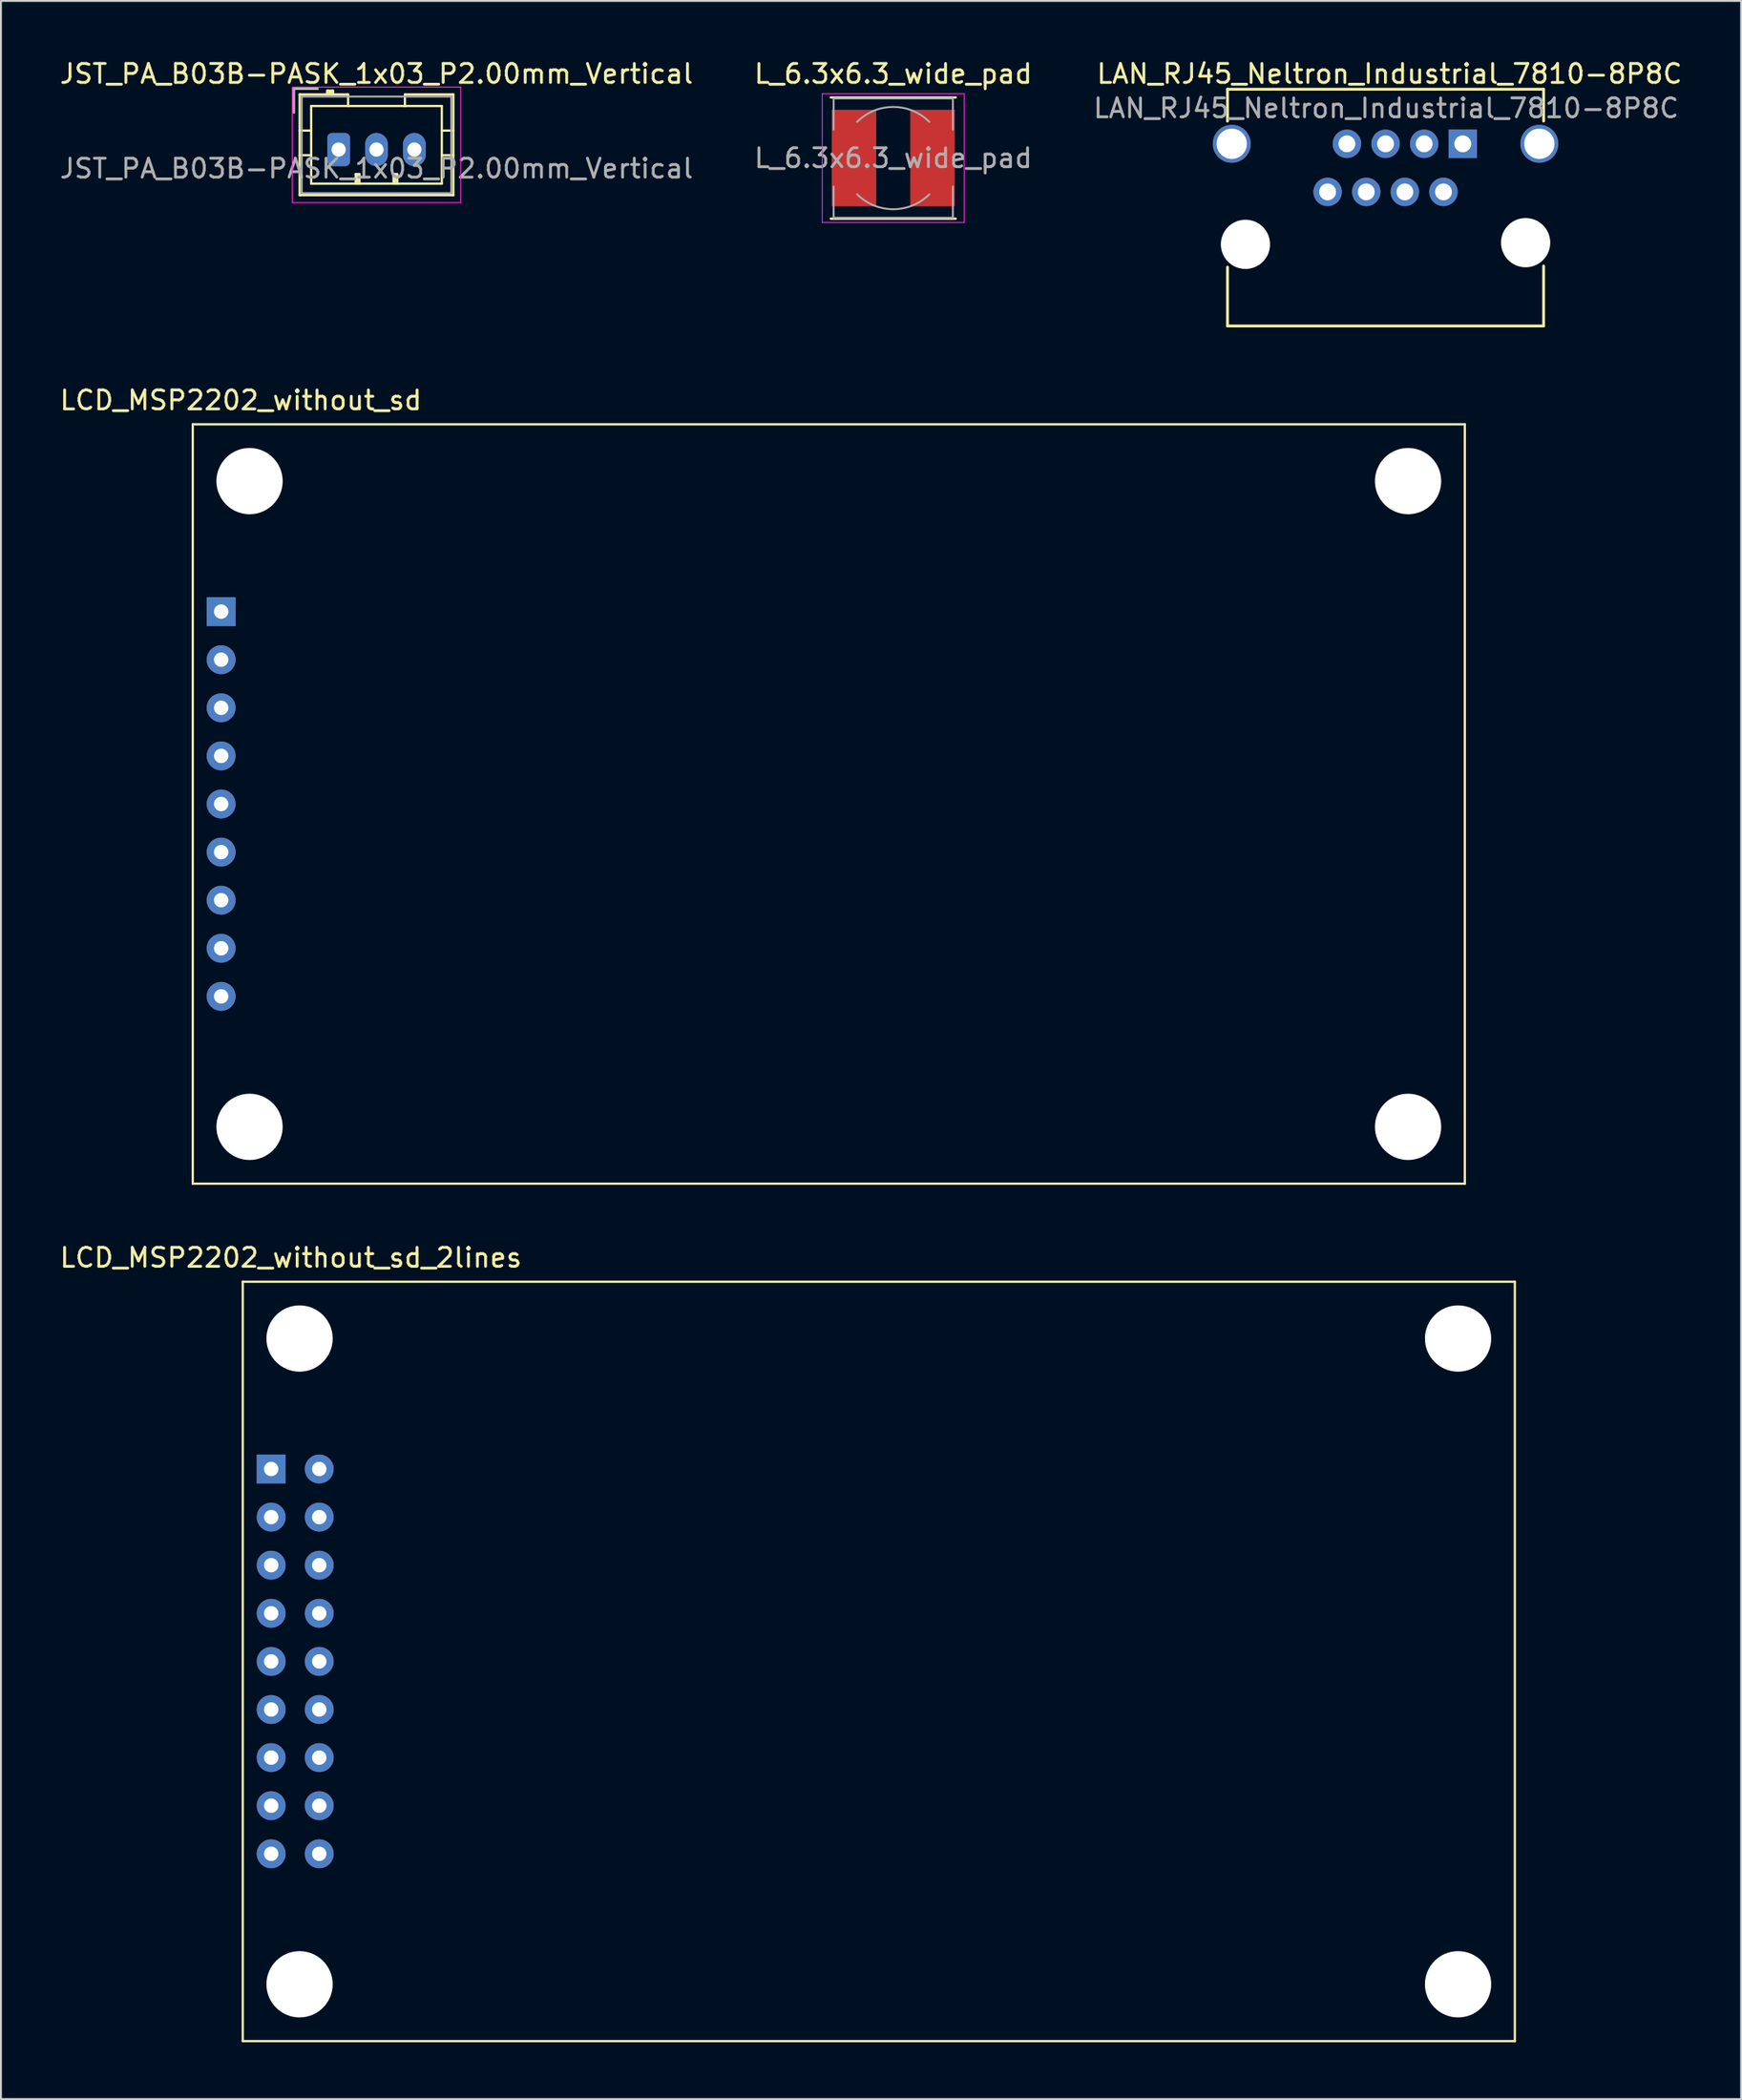
<source format=kicad_pcb>
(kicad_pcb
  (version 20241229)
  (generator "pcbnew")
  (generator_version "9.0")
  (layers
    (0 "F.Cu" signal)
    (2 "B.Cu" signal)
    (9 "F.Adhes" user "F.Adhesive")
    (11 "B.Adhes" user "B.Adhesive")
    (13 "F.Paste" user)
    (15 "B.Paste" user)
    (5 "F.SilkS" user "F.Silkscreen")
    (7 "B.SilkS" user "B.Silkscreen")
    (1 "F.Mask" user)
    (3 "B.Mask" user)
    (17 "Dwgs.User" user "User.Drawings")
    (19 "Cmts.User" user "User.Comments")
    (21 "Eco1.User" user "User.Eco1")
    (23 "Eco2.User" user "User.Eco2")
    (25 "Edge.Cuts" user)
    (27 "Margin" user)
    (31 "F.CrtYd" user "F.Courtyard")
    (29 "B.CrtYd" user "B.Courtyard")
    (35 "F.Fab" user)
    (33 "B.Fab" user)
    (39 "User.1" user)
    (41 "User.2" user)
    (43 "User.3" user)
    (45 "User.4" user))
  (footprint "L_6.3x6.3_wide_pad"
    (layer "F.Cu")
    (at 44.137 5.298)
    (property "Reference" "L_6.3x6.3_wide_pad" (at 0 -4.45 0) (layer "F.SilkS") (effects (font (size 1 1) (thickness 0.15))))
    (attr smd)
    (fp_line (start -3.3 -3.2) (end 3.3 -3.2) (stroke (width 0.12) (type solid)) (layer "F.SilkS"))
    (fp_line (start 3.3 3.2) (end -3.3 3.2) (stroke (width 0.12) (type solid)) (layer "F.SilkS"))
    (fp_line (start -3.75 -3.4) (end -3.75 3.4) (stroke (width 0.05) (type solid)) (layer "F.CrtYd"))
    (fp_line (start -3.75 3.4) (end 3.75 3.4) (stroke (width 0.05) (type solid)) (layer "F.CrtYd"))
    (fp_line (start 3.75 -3.4) (end -3.75 -3.4) (stroke (width 0.05) (type solid)) (layer "F.CrtYd"))
    (fp_line (start 3.75 3.4) (end 3.75 -3.4) (stroke (width 0.05) (type solid)) (layer "F.CrtYd"))
    (fp_line (start -3.15 -3.15) (end -3.15 -1.5) (stroke (width 0.1) (type solid)) (layer "F.Fab"))
    (fp_line (start -3.15 -3.15) (end 3.15 -3.15) (stroke (width 0.1) (type solid)) (layer "F.Fab"))
    (fp_line (start -3.15 3.15) (end -3.15 1.5) (stroke (width 0.1) (type solid)) (layer "F.Fab"))
    (fp_line (start -3.15 3.15) (end 3.15 3.15) (stroke (width 0.1) (type solid)) (layer "F.Fab"))
    (fp_line (start 3.15 -3.15) (end 3.15 -1.5) (stroke (width 0.1) (type solid)) (layer "F.Fab"))
    (fp_line (start 3.15 3.15) (end 3.15 1.5) (stroke (width 0.1) (type solid)) (layer "F.Fab"))
    (fp_arc (start -1.91 -1.91) (mid 0 -2.701148) (end 1.91 -1.91) (stroke (width 0.1) (type solid)) (layer "F.Fab"))
    (fp_arc (start 1.91 1.91) (mid 0 2.701148) (end -1.91 1.91) (stroke (width 0.1) (type solid)) (layer "F.Fab"))
    (fp_text user "${REFERENCE}" (at 0 0 0) (layer "F.Fab") (effects (font (size 1 1) (thickness 0.15))))
    (pad "1" smd rect (at -2.075 0) (size 2.35 5.1) (layers "F.Cu" "F.Mask" "F.Paste"))
    (pad "2" smd rect (at 2.075 0) (size 2.35 5.1) (layers "F.Cu" "F.Mask" "F.Paste")))
  (footprint "LCD_MSP2202_without_sd_2lines"
    (layer "F.Cu")
    (at 9.775 64.635)
    (property "Reference" "LCD_MSP2202_without_sd_2lines" (at 2.54 -1.27 0) (layer "F.SilkS") (effects (font (size 1 1) (thickness 0.15))))
    (attr through_hole)
    (fp_line (start 0 0) (end 0 40.1) (stroke (width 0.12) (type solid)) (layer "F.SilkS"))
    (fp_line (start 0 0) (end 67.2 0) (stroke (width 0.12) (type solid)) (layer "F.SilkS"))
    (fp_line (start 0 40.1) (end 67.2 40.1) (stroke (width 0.12) (type solid)) (layer "F.SilkS"))
    (fp_line (start 67.2 0) (end 67.2 40.1) (stroke (width 0.12) (type solid)) (layer "F.SilkS"))
    (pad "" np_thru_hole circle (at 3 3) (size 3.5 3.5) (drill 3.5) (layers "*.Cu" "*.Mask"))
    (pad "" np_thru_hole circle (at 3 37.1) (size 3.5 3.5) (drill 3.5) (layers "*.Cu" "*.Mask"))
    (pad "" np_thru_hole circle (at 64.2 3) (size 3.5 3.5) (drill 3.5) (layers "*.Cu" "*.Mask"))
    (pad "" np_thru_hole circle (at 64.2 37.1) (size 3.5 3.5) (drill 3.5) (layers "*.Cu" "*.Mask"))
    (pad "1" thru_hole rect (at 1.5 9.89) (size 1.524 1.524) (drill 0.762) (layers "*.Cu" "*.Mask"))
    (pad "2" thru_hole circle (at 1.5 12.43) (size 1.524 1.524) (drill 0.762) (layers "*.Cu" "*.Mask"))
    (pad "3" thru_hole circle (at 1.5 14.97) (size 1.524 1.524) (drill 0.762) (layers "*.Cu" "*.Mask"))
    (pad "4" thru_hole circle (at 1.5 17.51) (size 1.524 1.524) (drill 0.762) (layers "*.Cu" "*.Mask"))
    (pad "5" thru_hole circle (at 1.5 20.05) (size 1.524 1.524) (drill 0.762) (layers "*.Cu" "*.Mask"))
    (pad "6" thru_hole circle (at 1.5 22.59) (size 1.524 1.524) (drill 0.762) (layers "*.Cu" "*.Mask"))
    (pad "7" thru_hole circle (at 1.5 25.13) (size 1.524 1.524) (drill 0.762) (layers "*.Cu" "*.Mask"))
    (pad "8" thru_hole circle (at 1.5 27.67) (size 1.524 1.524) (drill 0.762) (layers "*.Cu" "*.Mask"))
    (pad "9" thru_hole circle (at 1.5 30.21) (size 1.524 1.524) (drill 0.762) (layers "*.Cu" "*.Mask"))
    (pad "NC" thru_hole circle (at 4.04 9.89) (size 1.524 1.524) (drill 0.762) (layers "*.Cu" "*.Mask"))
    (pad "NC" thru_hole circle (at 4.04 12.43) (size 1.524 1.524) (drill 0.762) (layers "*.Cu" "*.Mask"))
    (pad "NC" thru_hole circle (at 4.04 14.97) (size 1.524 1.524) (drill 0.762) (layers "*.Cu" "*.Mask"))
    (pad "NC" thru_hole circle (at 4.04 17.51) (size 1.524 1.524) (drill 0.762) (layers "*.Cu" "*.Mask"))
    (pad "NC" thru_hole circle (at 4.04 20.05) (size 1.524 1.524) (drill 0.762) (layers "*.Cu" "*.Mask"))
    (pad "NC" thru_hole circle (at 4.04 22.59) (size 1.524 1.524) (drill 0.762) (layers "*.Cu" "*.Mask"))
    (pad "NC" thru_hole circle (at 4.04 25.13) (size 1.524 1.524) (drill 0.762) (layers "*.Cu" "*.Mask"))
    (pad "NC" thru_hole circle (at 4.04 27.67) (size 1.524 1.524) (drill 0.762) (layers "*.Cu" "*.Mask"))
    (pad "NC" thru_hole circle (at 4.04 30.21) (size 1.524 1.524) (drill 0.762) (layers "*.Cu" "*.Mask")))
  (footprint "LAN_RJ45_Neltron_Industrial_7810-8P8C"
    (layer "F.Cu")
    (at 74.224 4.544)
    (property "Reference" "LAN_RJ45_Neltron_Industrial_7810-8P8C" (at -3.873 -3.696 0) (layer "F.SilkS") (effects (font (size 1 1) (thickness 0.15))))
    (attr through_hole)
    (fp_line (start -12.43 -2.88) (end 4.27 -2.88) (stroke (width 0.15) (type solid)) (layer "F.SilkS"))
    (fp_line (start -12.43 -1.2) (end -12.43 -2.88) (stroke (width 0.15) (type solid)) (layer "F.SilkS"))
    (fp_line (start -12.43 6.515) (end -12.43 9.62) (stroke (width 0.15) (type solid)) (layer "F.SilkS"))
    (fp_line (start -12.43 9.62) (end 4.27 9.62) (stroke (width 0.15) (type solid)) (layer "F.SilkS"))
    (fp_line (start 4.27 -2.88) (end 4.27 -1.2) (stroke (width 0.15) (type solid)) (layer "F.SilkS"))
    (fp_line (start 4.27 9.62) (end 4.27 6.452) (stroke (width 0.15) (type solid)) (layer "F.SilkS"))
    (fp_text user "${REFERENCE}" (at -4.051 -1.88 0) (layer "F.Fab") (effects (font (size 1 1) (thickness 0.15))))
    (pad "" thru_hole circle (at -12.205 0) (size 2 2) (drill 1.6) (layers "*.Cu" "*.Mask"))
    (pad "" np_thru_hole circle (at -11.48 5.309) (size 2.6 2.6) (drill 2.6) (layers "*.Cu" "*.Mask"))
    (pad "" np_thru_hole circle (at 3.32 5.22) (size 2.6 2.6) (drill 2.6) (layers "*.Cu" "*.Mask"))
    (pad "" thru_hole circle (at 4.045 0) (size 2 2) (drill 1.6) (layers "*.Cu" "*.Mask"))
    (pad "1" thru_hole rect (at 0 0) (size 1.5 1.5) (drill 0.89) (layers "*.Cu" "*.Mask"))
    (pad "2" thru_hole circle (at -1.02 2.54) (size 1.5 1.5) (drill 0.89) (layers "*.Cu" "*.Mask"))
    (pad "3" thru_hole circle (at -2.04 0) (size 1.5 1.5) (drill 0.89) (layers "*.Cu" "*.Mask"))
    (pad "4" thru_hole circle (at -3.06 2.54) (size 1.5 1.5) (drill 0.89) (layers "*.Cu" "*.Mask"))
    (pad "5" thru_hole circle (at -4.08 0) (size 1.5 1.5) (drill 0.89) (layers "*.Cu" "*.Mask"))
    (pad "6" thru_hole circle (at -5.1 2.54) (size 1.5 1.5) (drill 0.89) (layers "*.Cu" "*.Mask"))
    (pad "7" thru_hole circle (at -6.12 0) (size 1.5 1.5) (drill 0.89) (layers "*.Cu" "*.Mask"))
    (pad "8" thru_hole circle (at -7.14 2.54) (size 1.5 1.5) (drill 0.89) (layers "*.Cu" "*.Mask")))
  (footprint "JST_PA_B03B-PASK_1x03_P2.00mm_Vertical"
    (layer "F.Cu")
    (at 14.839 4.848)
    (property "Reference" "JST_PA_B03B-PASK_1x03_P2.00mm_Vertical" (at 2 -4 0) (layer "F.SilkS") (effects (font (size 1 1) (thickness 0.15))))
    (attr through_hole)
    (fp_line (start -2.36 -3.21) (end -2.36 -1.96) (stroke (width 0.12) (type solid)) (layer "F.SilkS"))
    (fp_line (start -2.06 -2.91) (end -2.06 2.41) (stroke (width 0.12) (type solid)) (layer "F.SilkS"))
    (fp_line (start -2.06 -1) (end -1.45 -1) (stroke (width 0.12) (type solid)) (layer "F.SilkS"))
    (fp_line (start -2.06 0.3) (end -1.45 0.3) (stroke (width 0.12) (type solid)) (layer "F.SilkS"))
    (fp_line (start -2.06 2.41) (end 6.06 2.41) (stroke (width 0.12) (type solid)) (layer "F.SilkS"))
    (fp_line (start -1.45 -2.3) (end -1.45 1.8) (stroke (width 0.12) (type solid)) (layer "F.SilkS"))
    (fp_line (start -1.45 1.8) (end 5.45 1.8) (stroke (width 0.12) (type solid)) (layer "F.SilkS"))
    (fp_line (start -1.11 -3.21) (end -2.36 -3.21) (stroke (width 0.12) (type solid)) (layer "F.SilkS"))
    (fp_line (start -0.6 -3.11) (end -0.6 -2.91) (stroke (width 0.12) (type solid)) (layer "F.SilkS"))
    (fp_line (start -0.3 -3.11) (end -0.6 -3.11) (stroke (width 0.12) (type solid)) (layer "F.SilkS"))
    (fp_line (start -0.3 -3.01) (end -0.6 -3.01) (stroke (width 0.12) (type solid)) (layer "F.SilkS"))
    (fp_line (start -0.3 -2.91) (end -0.3 -3.11) (stroke (width 0.12) (type solid)) (layer "F.SilkS"))
    (fp_line (start 0.5 -2.91) (end -2.06 -2.91) (stroke (width 0.12) (type solid)) (layer "F.SilkS"))
    (fp_line (start 0.5 -2.91) (end 0.5 -2.3) (stroke (width 0.12) (type solid)) (layer "F.SilkS"))
    (fp_line (start 0.5 -2.3) (end -1.45 -2.3) (stroke (width 0.12) (type solid)) (layer "F.SilkS"))
    (fp_line (start 0.9 1.3) (end 1.1 1.3) (stroke (width 0.12) (type solid)) (layer "F.SilkS"))
    (fp_line (start 0.9 1.8) (end 0.9 1.3) (stroke (width 0.12) (type solid)) (layer "F.SilkS"))
    (fp_line (start 1 1.8) (end 1 1.3) (stroke (width 0.12) (type solid)) (layer "F.SilkS"))
    (fp_line (start 1.1 1.3) (end 1.1 1.8) (stroke (width 0.12) (type solid)) (layer "F.SilkS"))
    (fp_line (start 2.9 1.3) (end 3.1 1.3) (stroke (width 0.12) (type solid)) (layer "F.SilkS"))
    (fp_line (start 2.9 1.8) (end 2.9 1.3) (stroke (width 0.12) (type solid)) (layer "F.SilkS"))
    (fp_line (start 3 1.8) (end 3 1.3) (stroke (width 0.12) (type solid)) (layer "F.SilkS"))
    (fp_line (start 3.1 1.3) (end 3.1 1.8) (stroke (width 0.12) (type solid)) (layer "F.SilkS"))
    (fp_line (start 3.5 -2.3) (end 0.5 -2.3) (stroke (width 0.12) (type solid)) (layer "F.SilkS"))
    (fp_line (start 3.5 -2.3) (end 3.5 -2.91) (stroke (width 0.12) (type solid)) (layer "F.SilkS"))
    (fp_line (start 5.45 -2.3) (end 3.5 -2.3) (stroke (width 0.12) (type solid)) (layer "F.SilkS"))
    (fp_line (start 5.45 1.8) (end 5.45 -2.3) (stroke (width 0.12) (type solid)) (layer "F.SilkS"))
    (fp_line (start 6.06 -2.91) (end 3.5 -2.91) (stroke (width 0.12) (type solid)) (layer "F.SilkS"))
    (fp_line (start 6.06 -1) (end 5.45 -1) (stroke (width 0.12) (type solid)) (layer "F.SilkS"))
    (fp_line (start 6.06 0.3) (end 5.45 0.3) (stroke (width 0.12) (type solid)) (layer "F.SilkS"))
    (fp_line (start 6.06 2.41) (end 6.06 -2.91) (stroke (width 0.12) (type solid)) (layer "F.SilkS"))
    (fp_line (start -2.45 -3.3) (end -2.45 2.8) (stroke (width 0.05) (type solid)) (layer "F.CrtYd"))
    (fp_line (start -2.45 2.8) (end 6.45 2.8) (stroke (width 0.05) (type solid)) (layer "F.CrtYd"))
    (fp_line (start 6.45 -3.3) (end -2.45 -3.3) (stroke (width 0.05) (type solid)) (layer "F.CrtYd"))
    (fp_line (start 6.45 2.8) (end 6.45 -3.3) (stroke (width 0.05) (type solid)) (layer "F.CrtYd"))
    (fp_line (start -2.36 -3.21) (end -2.36 -1.96) (stroke (width 0.1) (type solid)) (layer "F.Fab"))
    (fp_line (start -1.95 -2.8) (end -1.95 2.3) (stroke (width 0.1) (type solid)) (layer "F.Fab"))
    (fp_line (start -1.95 2.3) (end 5.95 2.3) (stroke (width 0.1) (type solid)) (layer "F.Fab"))
    (fp_line (start -1.11 -3.21) (end -2.36 -3.21) (stroke (width 0.1) (type solid)) (layer "F.Fab"))
    (fp_line (start 5.95 -2.8) (end -1.95 -2.8) (stroke (width 0.1) (type solid)) (layer "F.Fab"))
    (fp_line (start 5.95 2.3) (end 5.95 -2.8) (stroke (width 0.1) (type solid)) (layer "F.Fab"))
    (fp_text user "${REFERENCE}" (at 2 1 0) (layer "F.Fab") (effects (font (size 1 1) (thickness 0.15))))
    (pad "1" thru_hole roundrect (at 0 0) (size 1.2 1.75) (drill 0.75) (layers "*.Cu" "*.Mask") (roundrect_rratio 0.208))
    (pad "2" thru_hole oval (at 2 0) (size 1.2 1.75) (drill 0.75) (layers "*.Cu" "*.Mask"))
    (pad "3" thru_hole oval (at 4 0) (size 1.2 1.75) (drill 0.75) (layers "*.Cu" "*.Mask")))
  (footprint "LCD_MSP2202_without_sd"
    (layer "F.Cu")
    (at 7.133 19.357)
    (property "Reference" "LCD_MSP2202_without_sd" (at 2.54 -1.27 0) (layer "F.SilkS") (effects (font (size 1 1) (thickness 0.15))))
    (attr through_hole)
    (fp_line (start 0 0) (end 0 40.1) (stroke (width 0.12) (type solid)) (layer "F.SilkS"))
    (fp_line (start 0 0) (end 67.2 0) (stroke (width 0.12) (type solid)) (layer "F.SilkS"))
    (fp_line (start 0 40.1) (end 67.2 40.1) (stroke (width 0.12) (type solid)) (layer "F.SilkS"))
    (fp_line (start 67.2 0) (end 67.2 40.1) (stroke (width 0.12) (type solid)) (layer "F.SilkS"))
    (pad "" np_thru_hole circle (at 3 3) (size 3.5 3.5) (drill 3.5) (layers "*.Cu" "*.Mask"))
    (pad "" np_thru_hole circle (at 3 37.1) (size 3.5 3.5) (drill 3.5) (layers "*.Cu" "*.Mask"))
    (pad "" np_thru_hole circle (at 64.2 3) (size 3.5 3.5) (drill 3.5) (layers "*.Cu" "*.Mask"))
    (pad "" np_thru_hole circle (at 64.2 37.1) (size 3.5 3.5) (drill 3.5) (layers "*.Cu" "*.Mask"))
    (pad "1" thru_hole rect (at 1.5 9.89) (size 1.524 1.524) (drill 0.762) (layers "*.Cu" "*.Mask"))
    (pad "2" thru_hole circle (at 1.5 12.43) (size 1.524 1.524) (drill 0.762) (layers "*.Cu" "*.Mask"))
    (pad "3" thru_hole circle (at 1.5 14.97) (size 1.524 1.524) (drill 0.762) (layers "*.Cu" "*.Mask"))
    (pad "4" thru_hole circle (at 1.5 17.51) (size 1.524 1.524) (drill 0.762) (layers "*.Cu" "*.Mask"))
    (pad "5" thru_hole circle (at 1.5 20.05) (size 1.524 1.524) (drill 0.762) (layers "*.Cu" "*.Mask"))
    (pad "6" thru_hole circle (at 1.5 22.59) (size 1.524 1.524) (drill 0.762) (layers "*.Cu" "*.Mask"))
    (pad "7" thru_hole circle (at 1.5 25.13) (size 1.524 1.524) (drill 0.762) (layers "*.Cu" "*.Mask"))
    (pad "8" thru_hole circle (at 1.5 27.67) (size 1.524 1.524) (drill 0.762) (layers "*.Cu" "*.Mask"))
    (pad "9" thru_hole circle (at 1.5 30.21) (size 1.524 1.524) (drill 0.762) (layers "*.Cu" "*.Mask")))
  (gr_rect
    (start -3 -3)
    (end 88.928 107.795)
    (stroke (width 0.1) (type default))
    (fill no)
    (layer "Edge.Cuts")))
</source>
